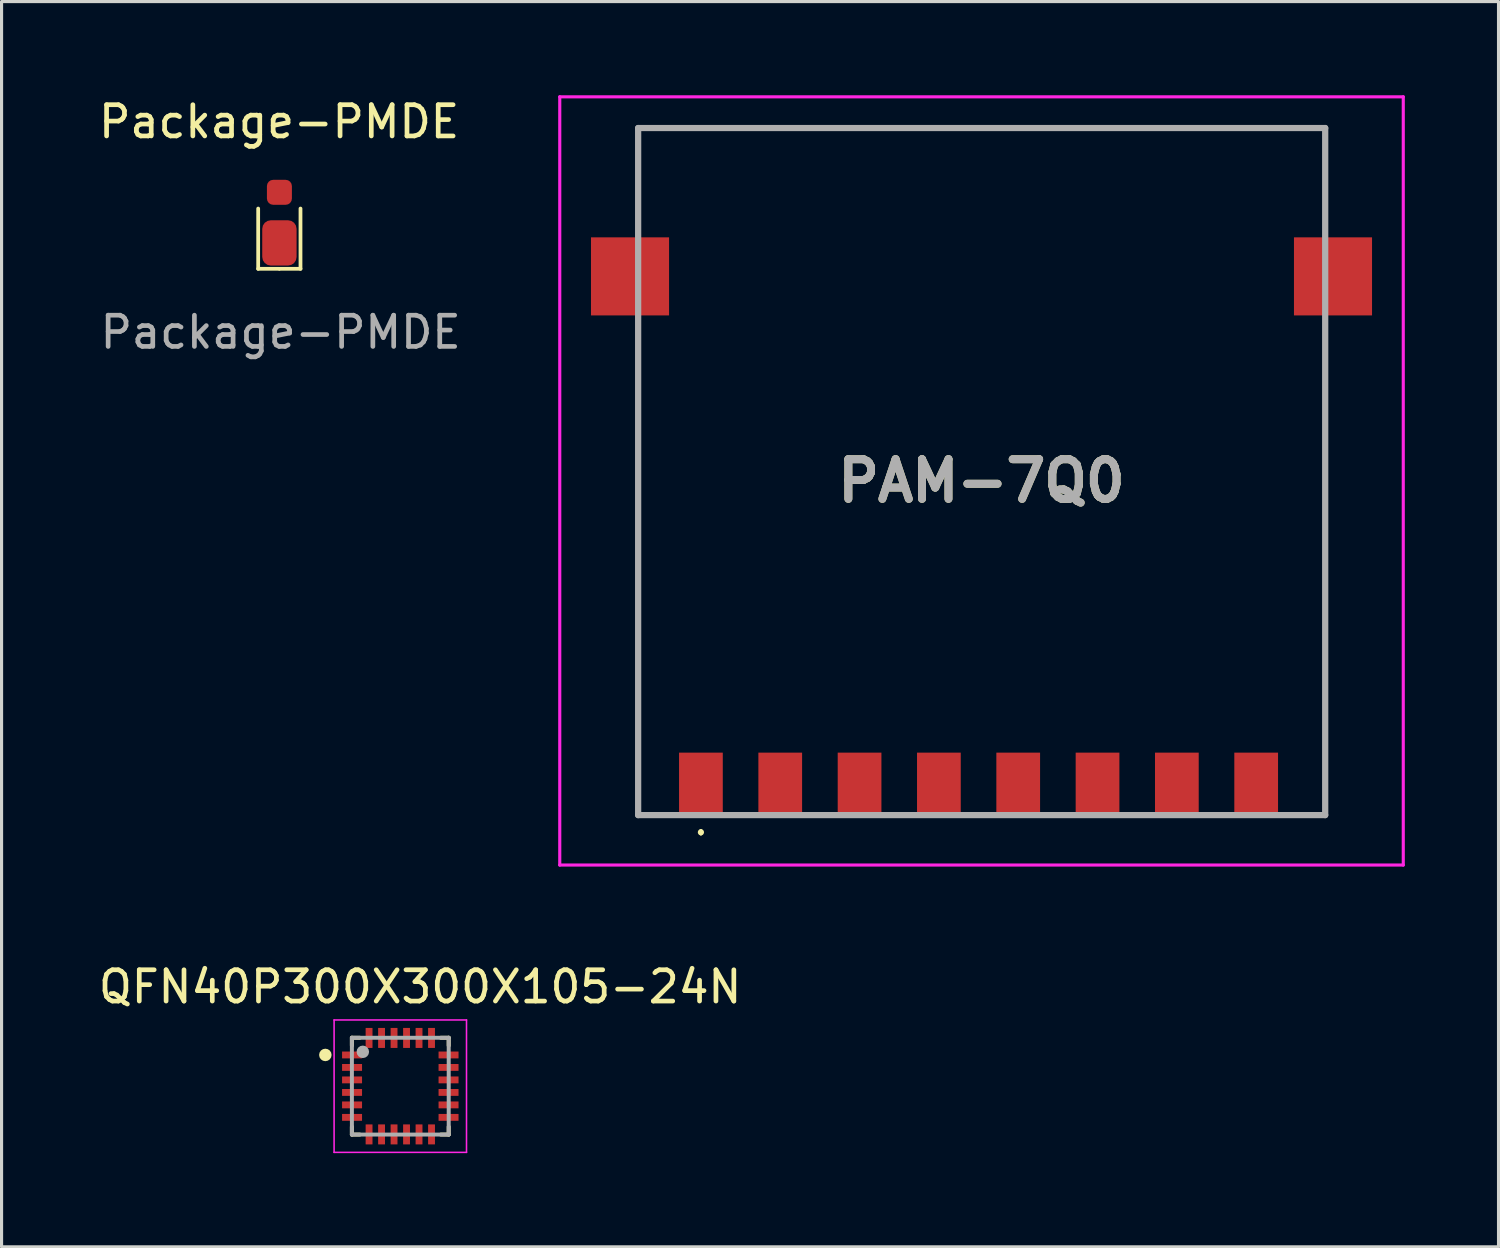
<source format=kicad_pcb>
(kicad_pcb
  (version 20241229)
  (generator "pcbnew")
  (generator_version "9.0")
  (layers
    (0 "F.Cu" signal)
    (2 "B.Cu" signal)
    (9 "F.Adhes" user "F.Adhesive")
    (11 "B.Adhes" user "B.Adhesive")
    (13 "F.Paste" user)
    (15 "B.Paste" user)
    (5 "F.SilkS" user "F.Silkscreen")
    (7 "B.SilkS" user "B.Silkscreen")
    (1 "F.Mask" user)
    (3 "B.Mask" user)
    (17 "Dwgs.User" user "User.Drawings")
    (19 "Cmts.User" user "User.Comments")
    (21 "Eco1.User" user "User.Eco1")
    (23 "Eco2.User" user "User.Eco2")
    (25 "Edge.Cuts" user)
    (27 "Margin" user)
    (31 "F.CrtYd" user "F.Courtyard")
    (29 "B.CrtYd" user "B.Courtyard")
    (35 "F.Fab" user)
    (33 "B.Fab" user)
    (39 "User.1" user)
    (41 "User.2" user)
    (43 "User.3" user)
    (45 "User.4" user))
  (footprint "PAM-7Q0"
    (layer "F.Cu")
    (at 28.379 12.35)
    (property "Reference" "PAM-7Q0" (at 0 0 0) (layer "F.SilkS") (effects (font (size 1.27 1.27) (thickness 0.254))))
    (attr smd)
    (fp_line (start -10.995 -11.3) (end 11.005 -11.3) (stroke (width 0.1) (type solid)) (layer "F.SilkS"))
    (fp_line (start -10.995 -8.3) (end -10.995 -11.3) (stroke (width 0.1) (type solid)) (layer "F.SilkS"))
    (fp_line (start -10.985 10.7) (end -10.995 -4.3) (stroke (width 0.1) (type solid)) (layer "F.SilkS"))
    (fp_line (start -9.985 10.7) (end -10.985 10.7) (stroke (width 0.1) (type solid)) (layer "F.SilkS"))
    (fp_line (start -8.985 11.2) (end -8.985 11.2) (stroke (width 0.1) (type solid)) (layer "F.SilkS"))
    (fp_line (start -8.985 11.3) (end -8.985 11.3) (stroke (width 0.1) (type solid)) (layer "F.SilkS"))
    (fp_line (start 11.005 -11.3) (end 11.005 -8.3) (stroke (width 0.1) (type solid)) (layer "F.SilkS"))
    (fp_line (start 11.005 -8.3) (end 11.005 -8.3) (stroke (width 0.1) (type solid)) (layer "F.SilkS"))
    (fp_line (start 11.005 -4.3) (end 11.005 10.7) (stroke (width 0.1) (type solid)) (layer "F.SilkS"))
    (fp_line (start 11.005 10.7) (end 10.015 10.7) (stroke (width 0.1) (type solid)) (layer "F.SilkS"))
    (fp_arc (start -8.985 11.2) (mid -8.935 11.25) (end -8.985 11.3) (stroke (width 0.1) (type solid)) (layer "F.SilkS"))
    (fp_arc (start -8.985 11.3) (mid -9.035 11.25) (end -8.985 11.2) (stroke (width 0.1) (type solid)) (layer "F.SilkS"))
    (fp_line (start -13.505 -12.3) (end 13.505 -12.3) (stroke (width 0.1) (type solid)) (layer "F.CrtYd"))
    (fp_line (start -13.505 12.3) (end -13.505 -12.3) (stroke (width 0.1) (type solid)) (layer "F.CrtYd"))
    (fp_line (start 13.505 -12.3) (end 13.505 12.3) (stroke (width 0.1) (type solid)) (layer "F.CrtYd"))
    (fp_line (start 13.505 12.3) (end -13.505 12.3) (stroke (width 0.1) (type solid)) (layer "F.CrtYd"))
    (fp_line (start -10.995 -11.3) (end -10.995 10.7) (stroke (width 0.2) (type solid)) (layer "F.Fab"))
    (fp_line (start -10.995 10.7) (end 11.005 10.7) (stroke (width 0.2) (type solid)) (layer "F.Fab"))
    (fp_line (start 11.005 -11.3) (end -10.995 -11.3) (stroke (width 0.2) (type solid)) (layer "F.Fab"))
    (fp_line (start 11.005 10.7) (end 11.005 -11.3) (stroke (width 0.2) (type solid)) (layer "F.Fab"))
    (fp_text user "${REFERENCE}" (at 0 0 0) (layer "F.Fab") (effects (font (size 1.27 1.27) (thickness 0.254))))
    (pad "1" smd rect (at -8.985 9.7) (size 1.4 2) (layers "F.Cu" "F.Mask" "F.Paste"))
    (pad "2" smd rect (at -6.445 9.7) (size 1.4 2) (layers "F.Cu" "F.Mask" "F.Paste"))
    (pad "3" smd rect (at -3.905 9.7) (size 1.4 2) (layers "F.Cu" "F.Mask" "F.Paste"))
    (pad "4" smd rect (at -1.365 9.7) (size 1.4 2) (layers "F.Cu" "F.Mask" "F.Paste"))
    (pad "5" smd rect (at 1.175 9.7) (size 1.4 2) (layers "F.Cu" "F.Mask" "F.Paste"))
    (pad "6" smd rect (at 3.715 9.7) (size 1.4 2) (layers "F.Cu" "F.Mask" "F.Paste"))
    (pad "7" smd rect (at 6.255 9.7) (size 1.4 2) (layers "F.Cu" "F.Mask" "F.Paste"))
    (pad "8" smd rect (at 8.795 9.7) (size 1.4 2) (layers "F.Cu" "F.Mask" "F.Paste"))
    (pad "MP1" smd rect (at -11.255 -6.55 90) (size 2.5 2.5) (layers "F.Cu" "F.Mask" "F.Paste"))
    (pad "MP2" smd rect (at 11.255 -6.55 90) (size 2.5 2.5) (layers "F.Cu" "F.Mask" "F.Paste")))
  (footprint "Package-PMDE"
    (layer "F.Cu")
    (at 5.897 4.078)
    (property "Reference" "Package-PMDE" (at -0.01 -3.23 0) (unlocked yes) (layer "F.SilkS") (effects (font (size 1 1) (thickness 0.15))))
    (attr smd)
    (fp_line (start -0.68 1.48) (end -0.68 -0.45) (stroke (width 0.12) (type solid)) (layer "F.SilkS"))
    (fp_line (start -0.68 1.48) (end -0.01 1.48) (stroke (width 0.12) (type solid)) (layer "F.SilkS"))
    (fp_line (start 0.005 1.48) (end 0.675 1.48) (stroke (width 0.12) (type solid)) (layer "F.SilkS"))
    (fp_line (start 0.675 1.48) (end 0.675 -0.45) (stroke (width 0.12) (type solid)) (layer "F.SilkS"))
    (fp_text user "${REFERENCE}" (at 0.04 3.51 0) (unlocked yes) (layer "F.Fab") (effects (font (size 1 1) (thickness 0.15))))
    (pad "1" smd roundrect (at 0 0.65) (size 1.1 1.45) (layers "F.Cu" "F.Mask" "F.Paste") (roundrect_rratio 0.25))
    (pad "2" smd roundrect (at 0 -0.97) (size 0.8 0.8) (layers "F.Cu" "F.Mask" "F.Paste") (roundrect_rratio 0.25)))
  (footprint "QFN40P300X300X105-24N"
    (layer "F.Cu")
    (at 9.768 31.73)
    (property "Reference" "QFN40P300X300X105-24N" (at 0.636 -3.181 0) (layer "F.SilkS") (effects (font (size 1.002 1.002) (thickness 0.15))))
    (attr through_hole)
    (fp_line (start -1.55 -1.55) (end -1.55 -1.3) (stroke (width 0.127) (type solid)) (layer "F.SilkS"))
    (fp_line (start -1.55 1.3) (end -1.55 1.55) (stroke (width 0.127) (type solid)) (layer "F.SilkS"))
    (fp_line (start -1.55 1.55) (end -1.3 1.55) (stroke (width 0.127) (type solid)) (layer "F.SilkS"))
    (fp_line (start -1.3 -1.55) (end -1.55 -1.55) (stroke (width 0.127) (type solid)) (layer "F.SilkS"))
    (fp_line (start 1.3 -1.55) (end 1.55 -1.55) (stroke (width 0.127) (type solid)) (layer "F.SilkS"))
    (fp_line (start 1.55 -1.55) (end 1.55 -1.3) (stroke (width 0.127) (type solid)) (layer "F.SilkS"))
    (fp_line (start 1.55 1.3) (end 1.55 1.55) (stroke (width 0.127) (type solid)) (layer "F.SilkS"))
    (fp_line (start 1.55 1.55) (end 1.3 1.55) (stroke (width 0.127) (type solid)) (layer "F.SilkS"))
    (fp_circle (center -2.4 -1) (end -2.3 -1) (stroke (width 0.2) (type solid)) (fill no) (layer "F.SilkS"))
    (fp_line (start -2.12 -2.12) (end 2.12 -2.12) (stroke (width 0.05) (type solid)) (layer "F.CrtYd"))
    (fp_line (start -2.12 2.12) (end -2.12 -2.12) (stroke (width 0.05) (type solid)) (layer "F.CrtYd"))
    (fp_line (start 2.12 -2.12) (end 2.12 2.12) (stroke (width 0.05) (type solid)) (layer "F.CrtYd"))
    (fp_line (start 2.12 2.12) (end -2.12 2.12) (stroke (width 0.05) (type solid)) (layer "F.CrtYd"))
    (fp_line (start -1.55 -1.55) (end 1.55 -1.55) (stroke (width 0.127) (type solid)) (layer "F.Fab"))
    (fp_line (start -1.55 1.55) (end -1.55 -1.55) (stroke (width 0.127) (type solid)) (layer "F.Fab"))
    (fp_line (start 1.55 -1.55) (end 1.55 1.55) (stroke (width 0.127) (type solid)) (layer "F.Fab"))
    (fp_line (start 1.55 1.55) (end -1.55 1.55) (stroke (width 0.127) (type solid)) (layer "F.Fab"))
    (fp_circle (center -1.2 -1.1) (end -1.1 -1.1) (stroke (width 0.2) (type solid)) (fill no) (layer "F.Fab"))
    (pad "1" smd roundrect (at -1.545 -1) (size 0.64 0.22) (layers "F.Cu" "F.Mask" "F.Paste") (roundrect_rratio 0.03))
    (pad "2" smd roundrect (at -1.545 -0.6) (size 0.64 0.22) (layers "F.Cu" "F.Mask" "F.Paste") (roundrect_rratio 0.03))
    (pad "3" smd roundrect (at -1.545 -0.2) (size 0.64 0.22) (layers "F.Cu" "F.Mask" "F.Paste") (roundrect_rratio 0.03))
    (pad "4" smd roundrect (at -1.545 0.2) (size 0.64 0.22) (layers "F.Cu" "F.Mask" "F.Paste") (roundrect_rratio 0.03))
    (pad "5" smd roundrect (at -1.545 0.6) (size 0.64 0.22) (layers "F.Cu" "F.Mask" "F.Paste") (roundrect_rratio 0.03))
    (pad "6" smd roundrect (at -1.545 1) (size 0.64 0.22) (layers "F.Cu" "F.Mask" "F.Paste") (roundrect_rratio 0.03))
    (pad "7" smd roundrect (at -1 1.545 90) (size 0.64 0.22) (layers "F.Cu" "F.Mask" "F.Paste") (roundrect_rratio 0.03))
    (pad "8" smd roundrect (at -0.6 1.545 90) (size 0.64 0.22) (layers "F.Cu" "F.Mask" "F.Paste") (roundrect_rratio 0.03))
    (pad "9" smd roundrect (at -0.2 1.545 90) (size 0.64 0.22) (layers "F.Cu" "F.Mask" "F.Paste") (roundrect_rratio 0.03))
    (pad "10" smd roundrect (at 0.2 1.545 90) (size 0.64 0.22) (layers "F.Cu" "F.Mask" "F.Paste") (roundrect_rratio 0.03))
    (pad "11" smd roundrect (at 0.6 1.545 90) (size 0.64 0.22) (layers "F.Cu" "F.Mask" "F.Paste") (roundrect_rratio 0.03))
    (pad "12" smd roundrect (at 1 1.545 90) (size 0.64 0.22) (layers "F.Cu" "F.Mask" "F.Paste") (roundrect_rratio 0.03))
    (pad "13" smd roundrect (at 1.545 1 180) (size 0.64 0.22) (layers "F.Cu" "F.Mask" "F.Paste") (roundrect_rratio 0.03))
    (pad "14" smd roundrect (at 1.545 0.6 180) (size 0.64 0.22) (layers "F.Cu" "F.Mask" "F.Paste") (roundrect_rratio 0.03))
    (pad "15" smd roundrect (at 1.545 0.2 180) (size 0.64 0.22) (layers "F.Cu" "F.Mask" "F.Paste") (roundrect_rratio 0.03))
    (pad "16" smd roundrect (at 1.545 -0.2 180) (size 0.64 0.22) (layers "F.Cu" "F.Mask" "F.Paste") (roundrect_rratio 0.03))
    (pad "17" smd roundrect (at 1.545 -0.6 180) (size 0.64 0.22) (layers "F.Cu" "F.Mask" "F.Paste") (roundrect_rratio 0.03))
    (pad "18" smd roundrect (at 1.545 -1 180) (size 0.64 0.22) (layers "F.Cu" "F.Mask" "F.Paste") (roundrect_rratio 0.03))
    (pad "19" smd roundrect (at 1 -1.545 270) (size 0.64 0.22) (layers "F.Cu" "F.Mask" "F.Paste") (roundrect_rratio 0.03))
    (pad "20" smd roundrect (at 0.6 -1.545 270) (size 0.64 0.22) (layers "F.Cu" "F.Mask" "F.Paste") (roundrect_rratio 0.03))
    (pad "21" smd roundrect (at 0.2 -1.545 270) (size 0.64 0.22) (layers "F.Cu" "F.Mask" "F.Paste") (roundrect_rratio 0.03))
    (pad "22" smd roundrect (at -0.2 -1.545 270) (size 0.64 0.22) (layers "F.Cu" "F.Mask" "F.Paste") (roundrect_rratio 0.03))
    (pad "23" smd roundrect (at -0.6 -1.545 270) (size 0.64 0.22) (layers "F.Cu" "F.Mask" "F.Paste") (roundrect_rratio 0.03))
    (pad "24" smd roundrect (at -1 -1.545 270) (size 0.64 0.22) (layers "F.Cu" "F.Mask" "F.Paste") (roundrect_rratio 0.03))
    (zone (net_name "") (layer "F.Cu") (hatch full 0.508) (connect_pads) (min_thickness 0.01) (filled_areas_thickness no) (keepout (tracks not_allowed) (vias not_allowed) (pads not_allowed) (copperpour not_allowed) (footprints allowed)) (placement (enabled no)) (fill) (polygon (pts (xy 8.918 30.96) (xy 10.618 30.96) (xy 10.618 32.5) (xy 8.918 32.5))))
    (zone (net_name "") (layers "F.Cu" "B.Cu") (hatch full 0.508) (connect_pads) (min_thickness 0.01) (filled_areas_thickness no) (keepout (tracks allowed) (vias not_allowed) (pads allowed) (copperpour allowed) (footprints allowed)) (placement (enabled no)) (fill) (polygon (pts (xy 8.918 30.96) (xy 10.618 30.96) (xy 10.618 32.5) (xy 8.918 32.5)))))
  (gr_rect
    (start -3 -3)
    (end 44.934 36.875)
    (stroke (width 0.1) (type default))
    (fill no)
    (layer "Edge.Cuts")))
</source>
